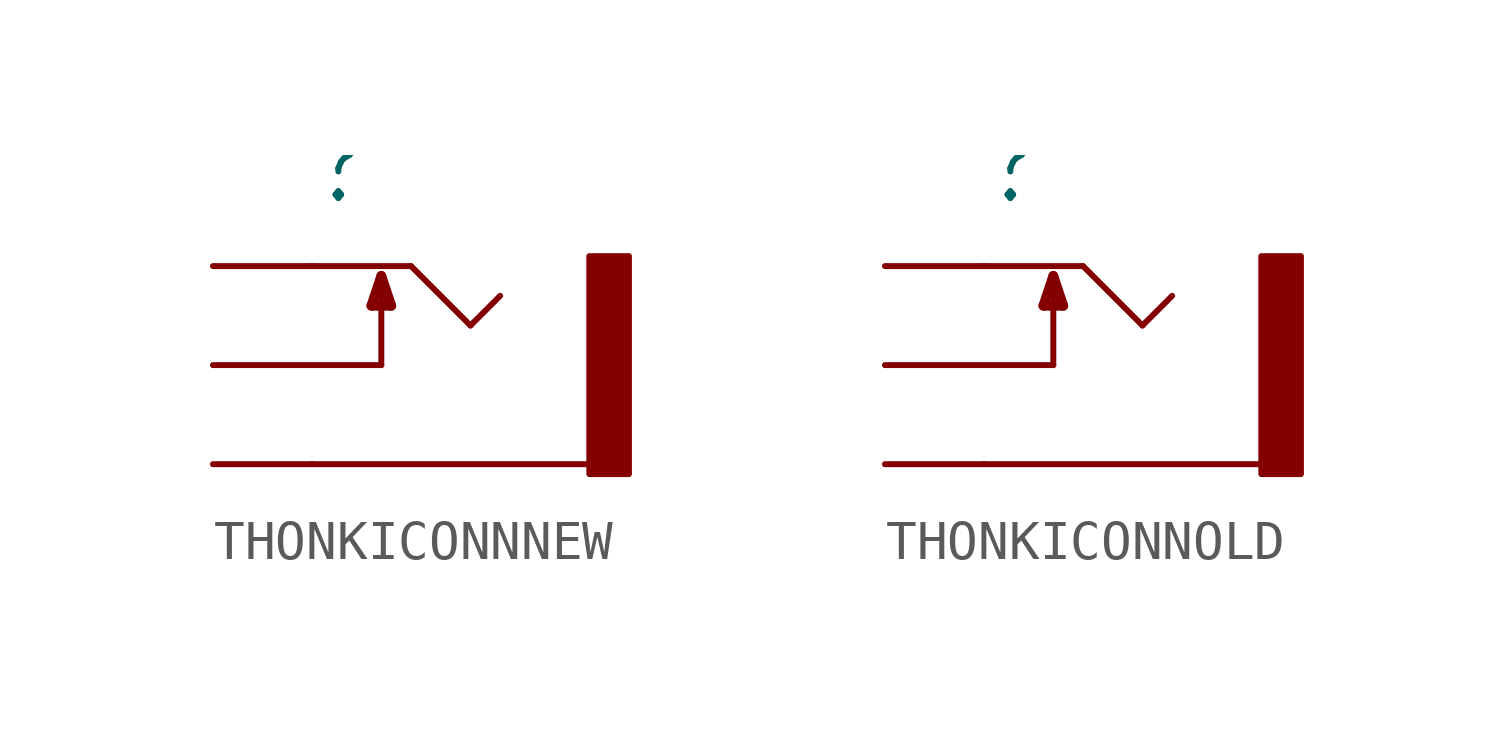
<source format=kicad_sym>
(kicad_symbol_lib
  (version 20211014)
  (generator kicad_symbol_editor)
  (symbol "THONKICONNNEW"
    (property "Reference" ""
      (at -2.54 4.064 0)
      (effects (font (size 1.778 1.511)) (justify left bottom)))
    (property "ki_locked" ""
      (at 0 0 0)
      (effects (font (size 1.27 1.27))))
    (symbol "THONKICONNNEW_1_0"
      (polyline (pts (xy -2.54 -2.54) (xy 4.572 -2.54)) (stroke (width 0.152) (type default) (color 0 0 0 0)) (fill (type none)))
      (polyline (pts (xy -2.54 0) (xy -0.762 0)) (stroke (width 0.152) (type default) (color 0 0 0 0)) (fill (type none)))
      (polyline (pts (xy -2.54 2.54) (xy 0 2.54)) (stroke (width 0.152) (type default) (color 0 0 0 0)) (fill (type none)))
      (polyline (pts (xy -1.016 1.524) (xy -0.508 1.524)) (stroke (width 0.254) (type default) (color 0 0 0 0)) (fill (type none)))
      (polyline (pts (xy -0.762 0) (xy -0.762 2.286)) (stroke (width 0.152) (type default) (color 0 0 0 0)) (fill (type none)))
      (polyline (pts (xy -0.762 2.286) (xy -1.016 1.524)) (stroke (width 0.254) (type default) (color 0 0 0 0)) (fill (type none)))
      (polyline (pts (xy -0.508 1.524) (xy -0.762 2.286)) (stroke (width 0.254) (type default) (color 0 0 0 0)) (fill (type none)))
      (polyline (pts (xy 0 2.54) (xy 1.524 1.016)) (stroke (width 0.152) (type default) (color 0 0 0 0)) (fill (type none)))
      (polyline (pts (xy 1.524 1.016) (xy 2.286 1.778)) (stroke (width 0.152) (type default) (color 0 0 0 0)) (fill (type none)))
      (rectangle (start 4.572 2.794) (end 5.588 -2.794) (stroke (width 0) (type default) (color 0 0 0 0)) (fill (type outline)))
      (pin passive line (at -5.08 2.54 0) (length 2.54) (name "TIP" (effects (font (size 0 0)))) (number "P$1_TIP" (effects (font (size 0 0)))))
      (pin passive line (at -5.08 0 0) (length 2.54) (name "SWITCH" (effects (font (size 0 0)))) (number "P$2_SWITCH" (effects (font (size 0 0)))))
      (pin passive line (at -5.08 -2.54 0) (length 2.54) (name "SLEEVE" (effects (font (size 0 0)))) (number "P$3_SLEEVE" (effects (font (size 0 0)))))))
  (symbol "THONKICONNOLD"
    (property "Reference" ""
      (at -2.54 4.064 0)
      (effects (font (size 1.778 1.511)) (justify left bottom)))
    (property "ki_locked" ""
      (at 0 0 0)
      (effects (font (size 1.27 1.27))))
    (symbol "THONKICONNOLD_1_0"
      (polyline (pts (xy -2.54 -2.54) (xy 4.572 -2.54)) (stroke (width 0.152) (type default) (color 0 0 0 0)) (fill (type none)))
      (polyline (pts (xy -2.54 0) (xy -0.762 0)) (stroke (width 0.152) (type default) (color 0 0 0 0)) (fill (type none)))
      (polyline (pts (xy -2.54 2.54) (xy 0 2.54)) (stroke (width 0.152) (type default) (color 0 0 0 0)) (fill (type none)))
      (polyline (pts (xy -1.016 1.524) (xy -0.508 1.524)) (stroke (width 0.254) (type default) (color 0 0 0 0)) (fill (type none)))
      (polyline (pts (xy -0.762 0) (xy -0.762 2.286)) (stroke (width 0.152) (type default) (color 0 0 0 0)) (fill (type none)))
      (polyline (pts (xy -0.762 2.286) (xy -1.016 1.524)) (stroke (width 0.254) (type default) (color 0 0 0 0)) (fill (type none)))
      (polyline (pts (xy -0.508 1.524) (xy -0.762 2.286)) (stroke (width 0.254) (type default) (color 0 0 0 0)) (fill (type none)))
      (polyline (pts (xy 0 2.54) (xy 1.524 1.016)) (stroke (width 0.152) (type default) (color 0 0 0 0)) (fill (type none)))
      (polyline (pts (xy 1.524 1.016) (xy 2.286 1.778)) (stroke (width 0.152) (type default) (color 0 0 0 0)) (fill (type none)))
      (rectangle (start 4.572 2.794) (end 5.588 -2.794) (stroke (width 0) (type default) (color 0 0 0 0)) (fill (type outline)))
      (pin passive line (at -5.08 -2.54 0) (length 2.54) (name "SLEEVE" (effects (font (size 0 0)))) (number "P$1_SLEEVE" (effects (font (size 0 0)))))
      (pin passive line (at -5.08 0 0) (length 2.54) (name "SWITCH" (effects (font (size 0 0)))) (number "P$2_SWITCH" (effects (font (size 0 0)))))
      (pin passive line (at -5.08 2.54 0) (length 2.54) (name "TIP" (effects (font (size 0 0)))) (number "P$3_TIP" (effects (font (size 0 0))))))))
</source>
